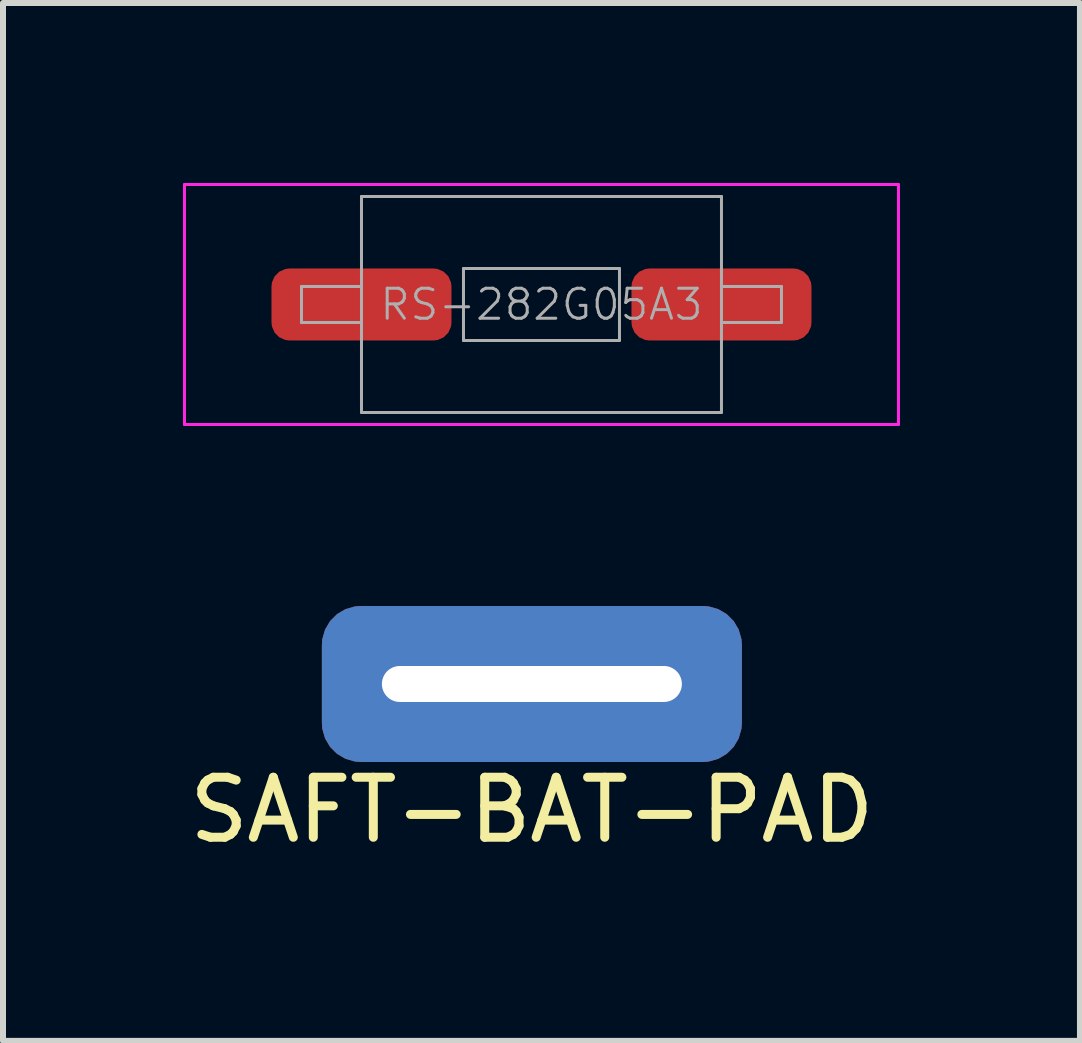
<source format=kicad_pcb>
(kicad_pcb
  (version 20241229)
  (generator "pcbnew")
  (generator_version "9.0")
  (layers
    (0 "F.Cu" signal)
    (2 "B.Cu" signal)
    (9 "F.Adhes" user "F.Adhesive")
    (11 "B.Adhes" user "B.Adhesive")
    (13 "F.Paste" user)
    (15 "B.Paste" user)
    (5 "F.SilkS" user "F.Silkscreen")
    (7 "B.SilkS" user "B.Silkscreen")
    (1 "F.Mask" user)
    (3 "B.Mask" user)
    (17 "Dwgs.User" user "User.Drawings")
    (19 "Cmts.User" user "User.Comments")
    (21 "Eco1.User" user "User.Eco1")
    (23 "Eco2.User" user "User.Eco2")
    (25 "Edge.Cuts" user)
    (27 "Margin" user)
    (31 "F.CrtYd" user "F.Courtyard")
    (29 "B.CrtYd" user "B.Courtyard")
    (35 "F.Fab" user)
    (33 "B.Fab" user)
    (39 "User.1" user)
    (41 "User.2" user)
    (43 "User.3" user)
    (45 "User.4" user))
  (footprint "RS-282G05A3"
    (layer "F.Cu")
    (at 5.975 2.025)
    (property "Reference" "RS-282G05A3" (at 0 0 0) (layer "F.Fab") (effects (font (size 0.5 0.5) (thickness 0.05))))
    (attr smd)
    (fp_line (start -5.95 -2) (end -5.95 2) (stroke (width 0.05) (type solid)) (layer "F.CrtYd"))
    (fp_line (start -5.95 -2) (end 5.95 -2) (stroke (width 0.05) (type solid)) (layer "F.CrtYd"))
    (fp_line (start -5.95 2) (end 5.95 2) (stroke (width 0.05) (type solid)) (layer "F.CrtYd"))
    (fp_line (start 5.95 -2) (end 5.95 2) (stroke (width 0.05) (type solid)) (layer "F.CrtYd"))
    (fp_line (start -4 -0.3) (end -4 0.3) (stroke (width 0.05) (type solid)) (layer "F.Fab"))
    (fp_line (start -4 -0.3) (end -3 -0.3) (stroke (width 0.05) (type solid)) (layer "F.Fab"))
    (fp_line (start -4 0.3) (end -3 0.3) (stroke (width 0.05) (type solid)) (layer "F.Fab"))
    (fp_line (start -3 -1.8) (end -3 1.8) (stroke (width 0.05) (type solid)) (layer "F.Fab"))
    (fp_line (start -3 -1.8) (end 3 -1.8) (stroke (width 0.05) (type solid)) (layer "F.Fab"))
    (fp_line (start -3 1.8) (end 3 1.8) (stroke (width 0.05) (type solid)) (layer "F.Fab"))
    (fp_line (start -1.3 -0.6) (end -1.3 0.6) (stroke (width 0.05) (type solid)) (layer "F.Fab"))
    (fp_line (start -1.3 -0.6) (end 1.3 -0.6) (stroke (width 0.05) (type solid)) (layer "F.Fab"))
    (fp_line (start -1.3 0.6) (end 1.3 0.6) (stroke (width 0.05) (type solid)) (layer "F.Fab"))
    (fp_line (start 1.3 -0.6) (end 1.3 0.6) (stroke (width 0.05) (type solid)) (layer "F.Fab"))
    (fp_line (start 3 -1.8) (end 3 1.8) (stroke (width 0.05) (type solid)) (layer "F.Fab"))
    (fp_line (start 3 -0.3) (end 4 -0.3) (stroke (width 0.05) (type solid)) (layer "F.Fab"))
    (fp_line (start 3 0.3) (end 4 0.3) (stroke (width 0.05) (type solid)) (layer "F.Fab"))
    (fp_line (start 4 -0.3) (end 4 0.3) (stroke (width 0.05) (type solid)) (layer "F.Fab"))
    (pad "1" smd roundrect (at -3 0) (size 3 1.2) (layers "F.Cu" "F.Mask" "F.Paste") (roundrect_rratio 0.25))
    (pad "2" smd roundrect (at 3 0) (size 3 1.2) (layers "F.Cu" "F.Mask" "F.Paste") (roundrect_rratio 0.25)))
  (footprint "SAFT-BAT-PAD"
    (layer "F.Cu")
    (at 5.815 8.35)
    (property "Reference" "SAFT-BAT-PAD" (at 0 2.1 0) (layer "F.SilkS") (effects (font (size 1 1) (thickness 0.15))))
    (attr through_hole)
    (pad "1" thru_hole roundrect (at 0 0) (size 7 2.6) (drill oval 5 0.6) (layers "*.Cu" "*.Mask") (roundrect_rratio 0.25)))
  (gr_rect
    (start -3 -3)
    (end 14.95 14.298)
    (stroke (width 0.1) (type default))
    (fill no)
    (layer "Edge.Cuts")))
</source>
